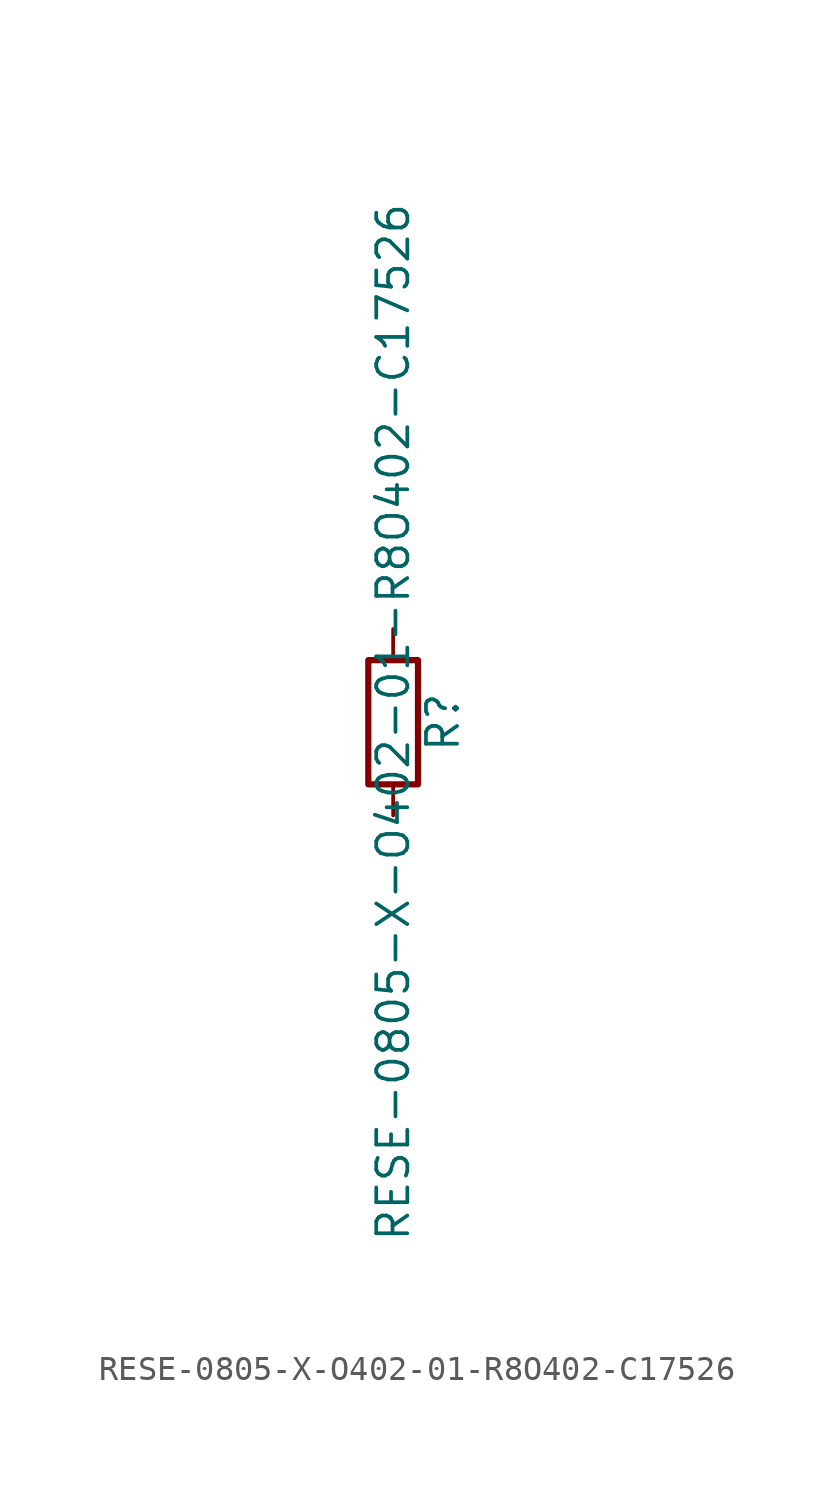
<source format=kicad_sym>
(kicad_symbol_lib
  (version 20211014)
  (generator kicad_symbol_editor)
  (symbol "RESE-0805-X-O402-01-R8O402-C17526"
    (pin_numbers hide)
    (pin_names
      (offset 0))
    (property "Reference" "R"
      (at 2.032 0 90)
      (effects (font (size 1.27 1.27))))
    (property "Value" "RESE-0805-X-O402-01-R8O402-C17526"
      (at 0 0 90)
      (effects (font (size 1.27 1.27))))
    (symbol "RESE-0805-X-O402-01-R8O402-C17526_0_1"
      (rectangle (start -1.016 -2.54) (end 1.016 2.54) (stroke (width 0.254) (type default) (color 0 0 0 0)) (fill (type none))))
    (symbol "RESE-0805-X-O402-01-R8O402-C17526_1_1"
      (pin passive line (at 0 3.81 270) (length 1.27) (name "~" (effects (font (size 1.27 1.27)))) (number "1" (effects (font (size 1.27 1.27)))))
      (pin passive line (at 0 -3.81 90) (length 1.27) (name "~" (effects (font (size 1.27 1.27)))) (number "2" (effects (font (size 1.27 1.27))))))))
</source>
